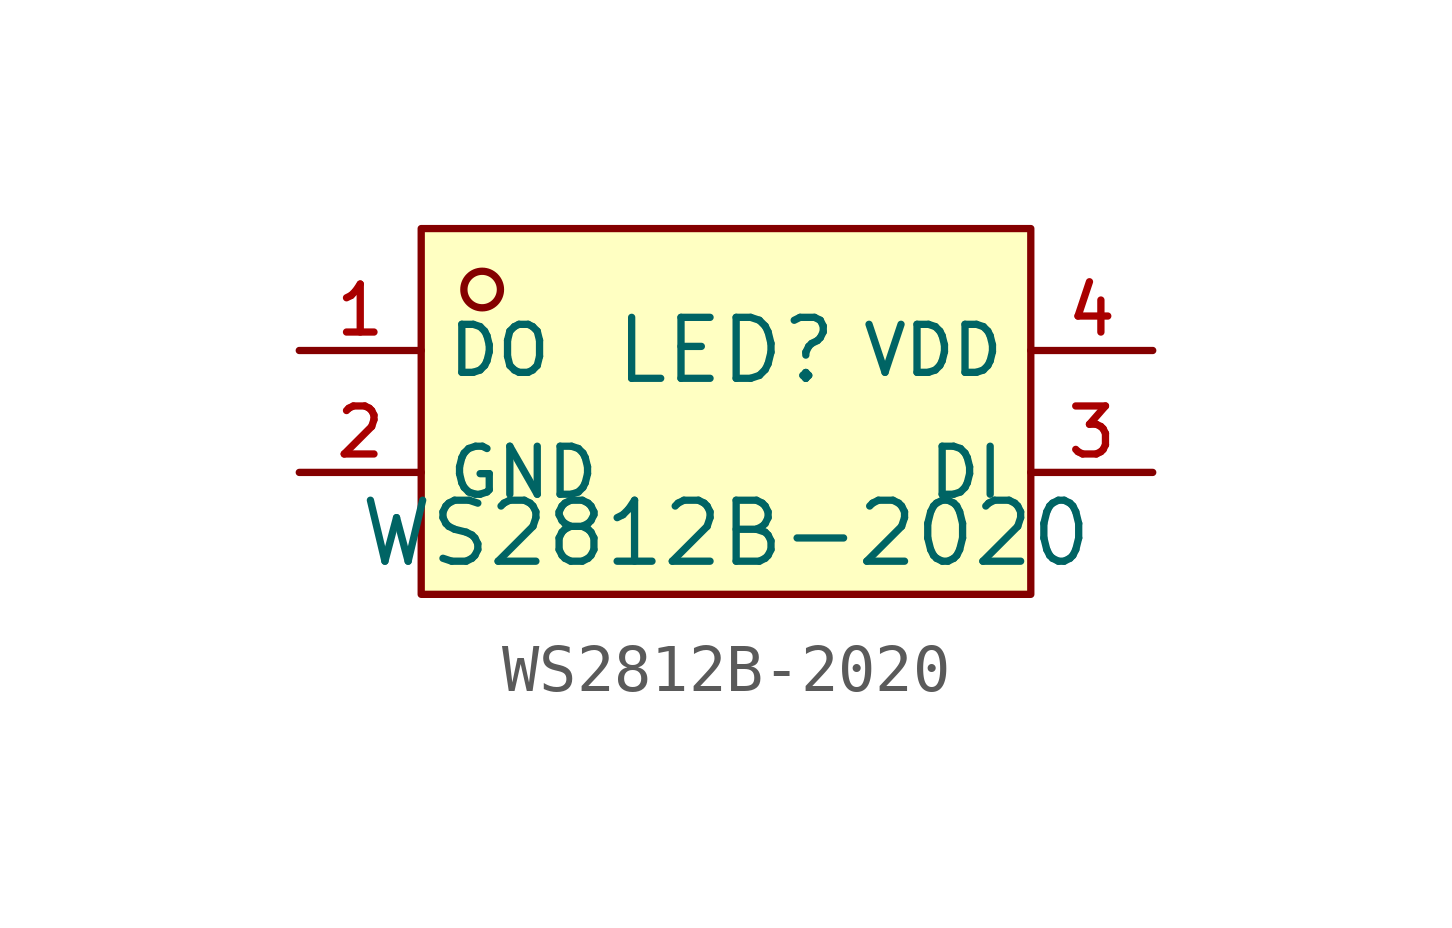
<source format=kicad_sym>
(kicad_symbol_lib
  (version 20210201)
  (generator TousstNicolas/JLC2KiCad_lib)
  (symbol "WS2812B-2020"
    (property "Reference" "LED"
      (at 0 1.27 0)
      (effects (font (size 1.27 1.27))))
    (property "Value" "WS2812B-2020"
      (at 0 -2.54 0)
      (effects (font (size 1.27 1.27))))
    (symbol "WS2812B-2020_0_1"
      (rectangle (start -6.35 3.81) (end 6.35 -3.81) (stroke (width 0) (type default) (color 0 0 0 0)) (fill (type background)))
      (circle (center -5.08 2.54) (radius 0.381) (stroke (width 0) (type default) (color 0 0 0 0)) (fill (type background)))
      (pin unspecified line (at -8.89 1.27 0) (length 2.54) (name "DO" (effects (font (size 1 1)))) (number "1" (effects (font (size 1 1)))))
      (pin unspecified line (at -8.89 -1.27 0) (length 2.54) (name "GND" (effects (font (size 1 1)))) (number "2" (effects (font (size 1 1)))))
      (pin unspecified line (at 8.89 -1.27 180) (length 2.54) (name "DI" (effects (font (size 1 1)))) (number "3" (effects (font (size 1 1)))))
      (pin unspecified line (at 8.89 1.27 180) (length 2.54) (name "VDD" (effects (font (size 1 1)))) (number "4" (effects (font (size 1 1))))))))
</source>
